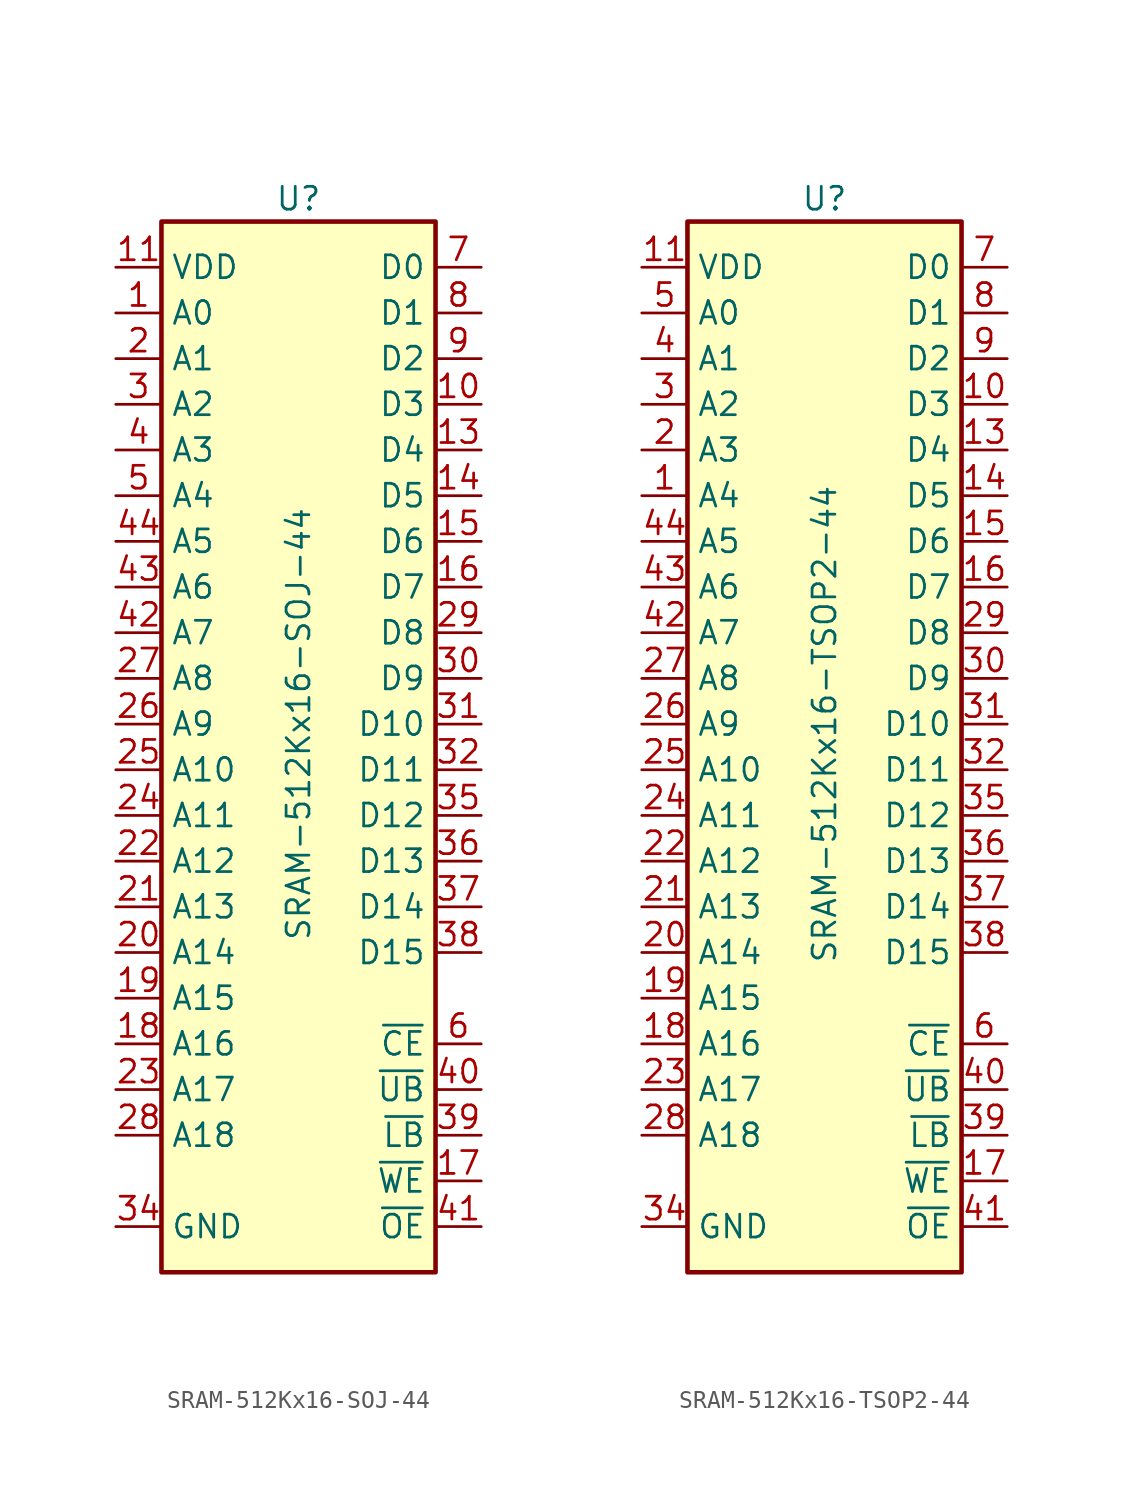
<source format=kicad_sym>
(kicad_symbol_lib
  (version 20231120)
  (generator "kicad_symbol_editor")
  (generator_version "8.0")
  (symbol "SRAM-512Kx16-SOJ-44"
    (property "Reference" "U"
      (at 0 30.48 0)
      (effects (font (size 1.27 1.27))))
    (property "Value" "SRAM-512Kx16-SOJ-44"
      (at 0 1.27 90)
      (effects (font (size 1.27 1.27))))
    (symbol "SRAM-512Kx16-SOJ-44_0_1"
      (rectangle (start -7.62 29.21) (end 7.62 -29.21) (stroke (width 0.254) (type default)) (fill (type background))))
    (symbol "SRAM-512Kx16-SOJ-44_1_1"
      (pin input line (at -10.16 24.13 0) (length 2.54) (name "A0" (effects (font (size 1.27 1.27)))) (number "1" (effects (font (size 1.27 1.27)))))
      (pin bidirectional line (at 10.16 19.05 180) (length 2.54) (name "D3" (effects (font (size 1.27 1.27)))) (number "10" (effects (font (size 1.27 1.27)))))
      (pin power_in line (at -10.16 26.67 0) (length 2.54) (name "VDD" (effects (font (size 1.27 1.27)))) (number "11" (effects (font (size 1.27 1.27)))))
      (pin passive line (at -10.16 -26.67 0) (length 2.54) hide (name "GND" (effects (font (size 1.27 1.27)))) (number "12" (effects (font (size 1.27 1.27)))))
      (pin bidirectional line (at 10.16 16.51 180) (length 2.54) (name "D4" (effects (font (size 1.27 1.27)))) (number "13" (effects (font (size 1.27 1.27)))))
      (pin bidirectional line (at 10.16 13.97 180) (length 2.54) (name "D5" (effects (font (size 1.27 1.27)))) (number "14" (effects (font (size 1.27 1.27)))))
      (pin bidirectional line (at 10.16 11.43 180) (length 2.54) (name "D6" (effects (font (size 1.27 1.27)))) (number "15" (effects (font (size 1.27 1.27)))))
      (pin bidirectional line (at 10.16 8.89 180) (length 2.54) (name "D7" (effects (font (size 1.27 1.27)))) (number "16" (effects (font (size 1.27 1.27)))))
      (pin input line (at 10.16 -24.13 180) (length 2.54) (name "~{WE}" (effects (font (size 1.27 1.27)))) (number "17" (effects (font (size 1.27 1.27)))))
      (pin input line (at -10.16 -16.51 0) (length 2.54) (name "A16" (effects (font (size 1.27 1.27)))) (number "18" (effects (font (size 1.27 1.27)))))
      (pin input line (at -10.16 -13.97 0) (length 2.54) (name "A15" (effects (font (size 1.27 1.27)))) (number "19" (effects (font (size 1.27 1.27)))))
      (pin input line (at -10.16 21.59 0) (length 2.54) (name "A1" (effects (font (size 1.27 1.27)))) (number "2" (effects (font (size 1.27 1.27)))))
      (pin input line (at -10.16 -11.43 0) (length 2.54) (name "A14" (effects (font (size 1.27 1.27)))) (number "20" (effects (font (size 1.27 1.27)))))
      (pin input line (at -10.16 -8.89 0) (length 2.54) (name "A13" (effects (font (size 1.27 1.27)))) (number "21" (effects (font (size 1.27 1.27)))))
      (pin input line (at -10.16 -6.35 0) (length 2.54) (name "A12" (effects (font (size 1.27 1.27)))) (number "22" (effects (font (size 1.27 1.27)))))
      (pin input line (at -10.16 -19.05 0) (length 2.54) (name "A17" (effects (font (size 1.27 1.27)))) (number "23" (effects (font (size 1.27 1.27)))))
      (pin input line (at -10.16 -3.81 0) (length 2.54) (name "A11" (effects (font (size 1.27 1.27)))) (number "24" (effects (font (size 1.27 1.27)))))
      (pin input line (at -10.16 -1.27 0) (length 2.54) (name "A10" (effects (font (size 1.27 1.27)))) (number "25" (effects (font (size 1.27 1.27)))))
      (pin input line (at -10.16 1.27 0) (length 2.54) (name "A9" (effects (font (size 1.27 1.27)))) (number "26" (effects (font (size 1.27 1.27)))))
      (pin input line (at -10.16 3.81 0) (length 2.54) (name "A8" (effects (font (size 1.27 1.27)))) (number "27" (effects (font (size 1.27 1.27)))))
      (pin input line (at -10.16 -21.59 0) (length 2.54) (name "A18" (effects (font (size 1.27 1.27)))) (number "28" (effects (font (size 1.27 1.27)))))
      (pin bidirectional line (at 10.16 6.35 180) (length 2.54) (name "D8" (effects (font (size 1.27 1.27)))) (number "29" (effects (font (size 1.27 1.27)))))
      (pin input line (at -10.16 19.05 0) (length 2.54) (name "A2" (effects (font (size 1.27 1.27)))) (number "3" (effects (font (size 1.27 1.27)))))
      (pin bidirectional line (at 10.16 3.81 180) (length 2.54) (name "D9" (effects (font (size 1.27 1.27)))) (number "30" (effects (font (size 1.27 1.27)))))
      (pin bidirectional line (at 10.16 1.27 180) (length 2.54) (name "D10" (effects (font (size 1.27 1.27)))) (number "31" (effects (font (size 1.27 1.27)))))
      (pin bidirectional line (at 10.16 -1.27 180) (length 2.54) (name "D11" (effects (font (size 1.27 1.27)))) (number "32" (effects (font (size 1.27 1.27)))))
      (pin power_in line (at -10.16 26.67 0) (length 2.54) hide (name "VDD" (effects (font (size 1.27 1.27)))) (number "33" (effects (font (size 1.27 1.27)))))
      (pin power_in line (at -10.16 -26.67 0) (length 2.54) (name "GND" (effects (font (size 1.27 1.27)))) (number "34" (effects (font (size 1.27 1.27)))))
      (pin bidirectional line (at 10.16 -3.81 180) (length 2.54) (name "D12" (effects (font (size 1.27 1.27)))) (number "35" (effects (font (size 1.27 1.27)))))
      (pin bidirectional line (at 10.16 -6.35 180) (length 2.54) (name "D13" (effects (font (size 1.27 1.27)))) (number "36" (effects (font (size 1.27 1.27)))))
      (pin bidirectional line (at 10.16 -8.89 180) (length 2.54) (name "D14" (effects (font (size 1.27 1.27)))) (number "37" (effects (font (size 1.27 1.27)))))
      (pin bidirectional line (at 10.16 -11.43 180) (length 2.54) (name "D15" (effects (font (size 1.27 1.27)))) (number "38" (effects (font (size 1.27 1.27)))))
      (pin input line (at 10.16 -21.59 180) (length 2.54) (name "~{LB}" (effects (font (size 1.27 1.27)))) (number "39" (effects (font (size 1.27 1.27)))))
      (pin input line (at -10.16 16.51 0) (length 2.54) (name "A3" (effects (font (size 1.27 1.27)))) (number "4" (effects (font (size 1.27 1.27)))))
      (pin input line (at 10.16 -19.05 180) (length 2.54) (name "~{UB}" (effects (font (size 1.27 1.27)))) (number "40" (effects (font (size 1.27 1.27)))))
      (pin input line (at 10.16 -26.67 180) (length 2.54) (name "~{OE}" (effects (font (size 1.27 1.27)))) (number "41" (effects (font (size 1.27 1.27)))))
      (pin input line (at -10.16 6.35 0) (length 2.54) (name "A7" (effects (font (size 1.27 1.27)))) (number "42" (effects (font (size 1.27 1.27)))))
      (pin input line (at -10.16 8.89 0) (length 2.54) (name "A6" (effects (font (size 1.27 1.27)))) (number "43" (effects (font (size 1.27 1.27)))))
      (pin input line (at -10.16 11.43 0) (length 2.54) (name "A5" (effects (font (size 1.27 1.27)))) (number "44" (effects (font (size 1.27 1.27)))))
      (pin input line (at -10.16 13.97 0) (length 2.54) (name "A4" (effects (font (size 1.27 1.27)))) (number "5" (effects (font (size 1.27 1.27)))))
      (pin input line (at 10.16 -16.51 180) (length 2.54) (name "~{CE}" (effects (font (size 1.27 1.27)))) (number "6" (effects (font (size 1.27 1.27)))))
      (pin bidirectional line (at 10.16 26.67 180) (length 2.54) (name "D0" (effects (font (size 1.27 1.27)))) (number "7" (effects (font (size 1.27 1.27)))))
      (pin bidirectional line (at 10.16 24.13 180) (length 2.54) (name "D1" (effects (font (size 1.27 1.27)))) (number "8" (effects (font (size 1.27 1.27)))))
      (pin bidirectional line (at 10.16 21.59 180) (length 2.54) (name "D2" (effects (font (size 1.27 1.27)))) (number "9" (effects (font (size 1.27 1.27)))))))
  (symbol "SRAM-512Kx16-TSOP2-44"
    (property "Reference" "U"
      (at 0 30.48 0)
      (effects (font (size 1.27 1.27))))
    (property "Value" "SRAM-512Kx16-TSOP2-44"
      (at 0 1.27 90)
      (effects (font (size 1.27 1.27))))
    (symbol "SRAM-512Kx16-TSOP2-44_0_1"
      (rectangle (start -7.62 29.21) (end 7.62 -29.21) (stroke (width 0.254) (type default)) (fill (type background))))
    (symbol "SRAM-512Kx16-TSOP2-44_1_1"
      (pin input line (at -10.16 13.97 0) (length 2.54) (name "A4" (effects (font (size 1.27 1.27)))) (number "1" (effects (font (size 1.27 1.27)))))
      (pin bidirectional line (at 10.16 19.05 180) (length 2.54) (name "D3" (effects (font (size 1.27 1.27)))) (number "10" (effects (font (size 1.27 1.27)))))
      (pin power_in line (at -10.16 26.67 0) (length 2.54) (name "VDD" (effects (font (size 1.27 1.27)))) (number "11" (effects (font (size 1.27 1.27)))))
      (pin passive line (at -10.16 -26.67 0) (length 2.54) hide (name "GND" (effects (font (size 1.27 1.27)))) (number "12" (effects (font (size 1.27 1.27)))))
      (pin bidirectional line (at 10.16 16.51 180) (length 2.54) (name "D4" (effects (font (size 1.27 1.27)))) (number "13" (effects (font (size 1.27 1.27)))))
      (pin bidirectional line (at 10.16 13.97 180) (length 2.54) (name "D5" (effects (font (size 1.27 1.27)))) (number "14" (effects (font (size 1.27 1.27)))))
      (pin bidirectional line (at 10.16 11.43 180) (length 2.54) (name "D6" (effects (font (size 1.27 1.27)))) (number "15" (effects (font (size 1.27 1.27)))))
      (pin bidirectional line (at 10.16 8.89 180) (length 2.54) (name "D7" (effects (font (size 1.27 1.27)))) (number "16" (effects (font (size 1.27 1.27)))))
      (pin input line (at 10.16 -24.13 180) (length 2.54) (name "~{WE}" (effects (font (size 1.27 1.27)))) (number "17" (effects (font (size 1.27 1.27)))))
      (pin input line (at -10.16 -16.51 0) (length 2.54) (name "A16" (effects (font (size 1.27 1.27)))) (number "18" (effects (font (size 1.27 1.27)))))
      (pin input line (at -10.16 -13.97 0) (length 2.54) (name "A15" (effects (font (size 1.27 1.27)))) (number "19" (effects (font (size 1.27 1.27)))))
      (pin input line (at -10.16 16.51 0) (length 2.54) (name "A3" (effects (font (size 1.27 1.27)))) (number "2" (effects (font (size 1.27 1.27)))))
      (pin input line (at -10.16 -11.43 0) (length 2.54) (name "A14" (effects (font (size 1.27 1.27)))) (number "20" (effects (font (size 1.27 1.27)))))
      (pin input line (at -10.16 -8.89 0) (length 2.54) (name "A13" (effects (font (size 1.27 1.27)))) (number "21" (effects (font (size 1.27 1.27)))))
      (pin input line (at -10.16 -6.35 0) (length 2.54) (name "A12" (effects (font (size 1.27 1.27)))) (number "22" (effects (font (size 1.27 1.27)))))
      (pin input line (at -10.16 -19.05 0) (length 2.54) (name "A17" (effects (font (size 1.27 1.27)))) (number "23" (effects (font (size 1.27 1.27)))))
      (pin input line (at -10.16 -3.81 0) (length 2.54) (name "A11" (effects (font (size 1.27 1.27)))) (number "24" (effects (font (size 1.27 1.27)))))
      (pin input line (at -10.16 -1.27 0) (length 2.54) (name "A10" (effects (font (size 1.27 1.27)))) (number "25" (effects (font (size 1.27 1.27)))))
      (pin input line (at -10.16 1.27 0) (length 2.54) (name "A9" (effects (font (size 1.27 1.27)))) (number "26" (effects (font (size 1.27 1.27)))))
      (pin input line (at -10.16 3.81 0) (length 2.54) (name "A8" (effects (font (size 1.27 1.27)))) (number "27" (effects (font (size 1.27 1.27)))))
      (pin input line (at -10.16 -21.59 0) (length 2.54) (name "A18" (effects (font (size 1.27 1.27)))) (number "28" (effects (font (size 1.27 1.27)))))
      (pin bidirectional line (at 10.16 6.35 180) (length 2.54) (name "D8" (effects (font (size 1.27 1.27)))) (number "29" (effects (font (size 1.27 1.27)))))
      (pin input line (at -10.16 19.05 0) (length 2.54) (name "A2" (effects (font (size 1.27 1.27)))) (number "3" (effects (font (size 1.27 1.27)))))
      (pin bidirectional line (at 10.16 3.81 180) (length 2.54) (name "D9" (effects (font (size 1.27 1.27)))) (number "30" (effects (font (size 1.27 1.27)))))
      (pin bidirectional line (at 10.16 1.27 180) (length 2.54) (name "D10" (effects (font (size 1.27 1.27)))) (number "31" (effects (font (size 1.27 1.27)))))
      (pin bidirectional line (at 10.16 -1.27 180) (length 2.54) (name "D11" (effects (font (size 1.27 1.27)))) (number "32" (effects (font (size 1.27 1.27)))))
      (pin power_in line (at -10.16 26.67 0) (length 2.54) hide (name "VDD" (effects (font (size 1.27 1.27)))) (number "33" (effects (font (size 1.27 1.27)))))
      (pin power_in line (at -10.16 -26.67 0) (length 2.54) (name "GND" (effects (font (size 1.27 1.27)))) (number "34" (effects (font (size 1.27 1.27)))))
      (pin bidirectional line (at 10.16 -3.81 180) (length 2.54) (name "D12" (effects (font (size 1.27 1.27)))) (number "35" (effects (font (size 1.27 1.27)))))
      (pin bidirectional line (at 10.16 -6.35 180) (length 2.54) (name "D13" (effects (font (size 1.27 1.27)))) (number "36" (effects (font (size 1.27 1.27)))))
      (pin bidirectional line (at 10.16 -8.89 180) (length 2.54) (name "D14" (effects (font (size 1.27 1.27)))) (number "37" (effects (font (size 1.27 1.27)))))
      (pin bidirectional line (at 10.16 -11.43 180) (length 2.54) (name "D15" (effects (font (size 1.27 1.27)))) (number "38" (effects (font (size 1.27 1.27)))))
      (pin input line (at 10.16 -21.59 180) (length 2.54) (name "~{LB}" (effects (font (size 1.27 1.27)))) (number "39" (effects (font (size 1.27 1.27)))))
      (pin input line (at -10.16 21.59 0) (length 2.54) (name "A1" (effects (font (size 1.27 1.27)))) (number "4" (effects (font (size 1.27 1.27)))))
      (pin input line (at 10.16 -19.05 180) (length 2.54) (name "~{UB}" (effects (font (size 1.27 1.27)))) (number "40" (effects (font (size 1.27 1.27)))))
      (pin input line (at 10.16 -26.67 180) (length 2.54) (name "~{OE}" (effects (font (size 1.27 1.27)))) (number "41" (effects (font (size 1.27 1.27)))))
      (pin input line (at -10.16 6.35 0) (length 2.54) (name "A7" (effects (font (size 1.27 1.27)))) (number "42" (effects (font (size 1.27 1.27)))))
      (pin input line (at -10.16 8.89 0) (length 2.54) (name "A6" (effects (font (size 1.27 1.27)))) (number "43" (effects (font (size 1.27 1.27)))))
      (pin input line (at -10.16 11.43 0) (length 2.54) (name "A5" (effects (font (size 1.27 1.27)))) (number "44" (effects (font (size 1.27 1.27)))))
      (pin input line (at -10.16 24.13 0) (length 2.54) (name "A0" (effects (font (size 1.27 1.27)))) (number "5" (effects (font (size 1.27 1.27)))))
      (pin input line (at 10.16 -16.51 180) (length 2.54) (name "~{CE}" (effects (font (size 1.27 1.27)))) (number "6" (effects (font (size 1.27 1.27)))))
      (pin bidirectional line (at 10.16 26.67 180) (length 2.54) (name "D0" (effects (font (size 1.27 1.27)))) (number "7" (effects (font (size 1.27 1.27)))))
      (pin bidirectional line (at 10.16 24.13 180) (length 2.54) (name "D1" (effects (font (size 1.27 1.27)))) (number "8" (effects (font (size 1.27 1.27)))))
      (pin bidirectional line (at 10.16 21.59 180) (length 2.54) (name "D2" (effects (font (size 1.27 1.27)))) (number "9" (effects (font (size 1.27 1.27))))))))
</source>
